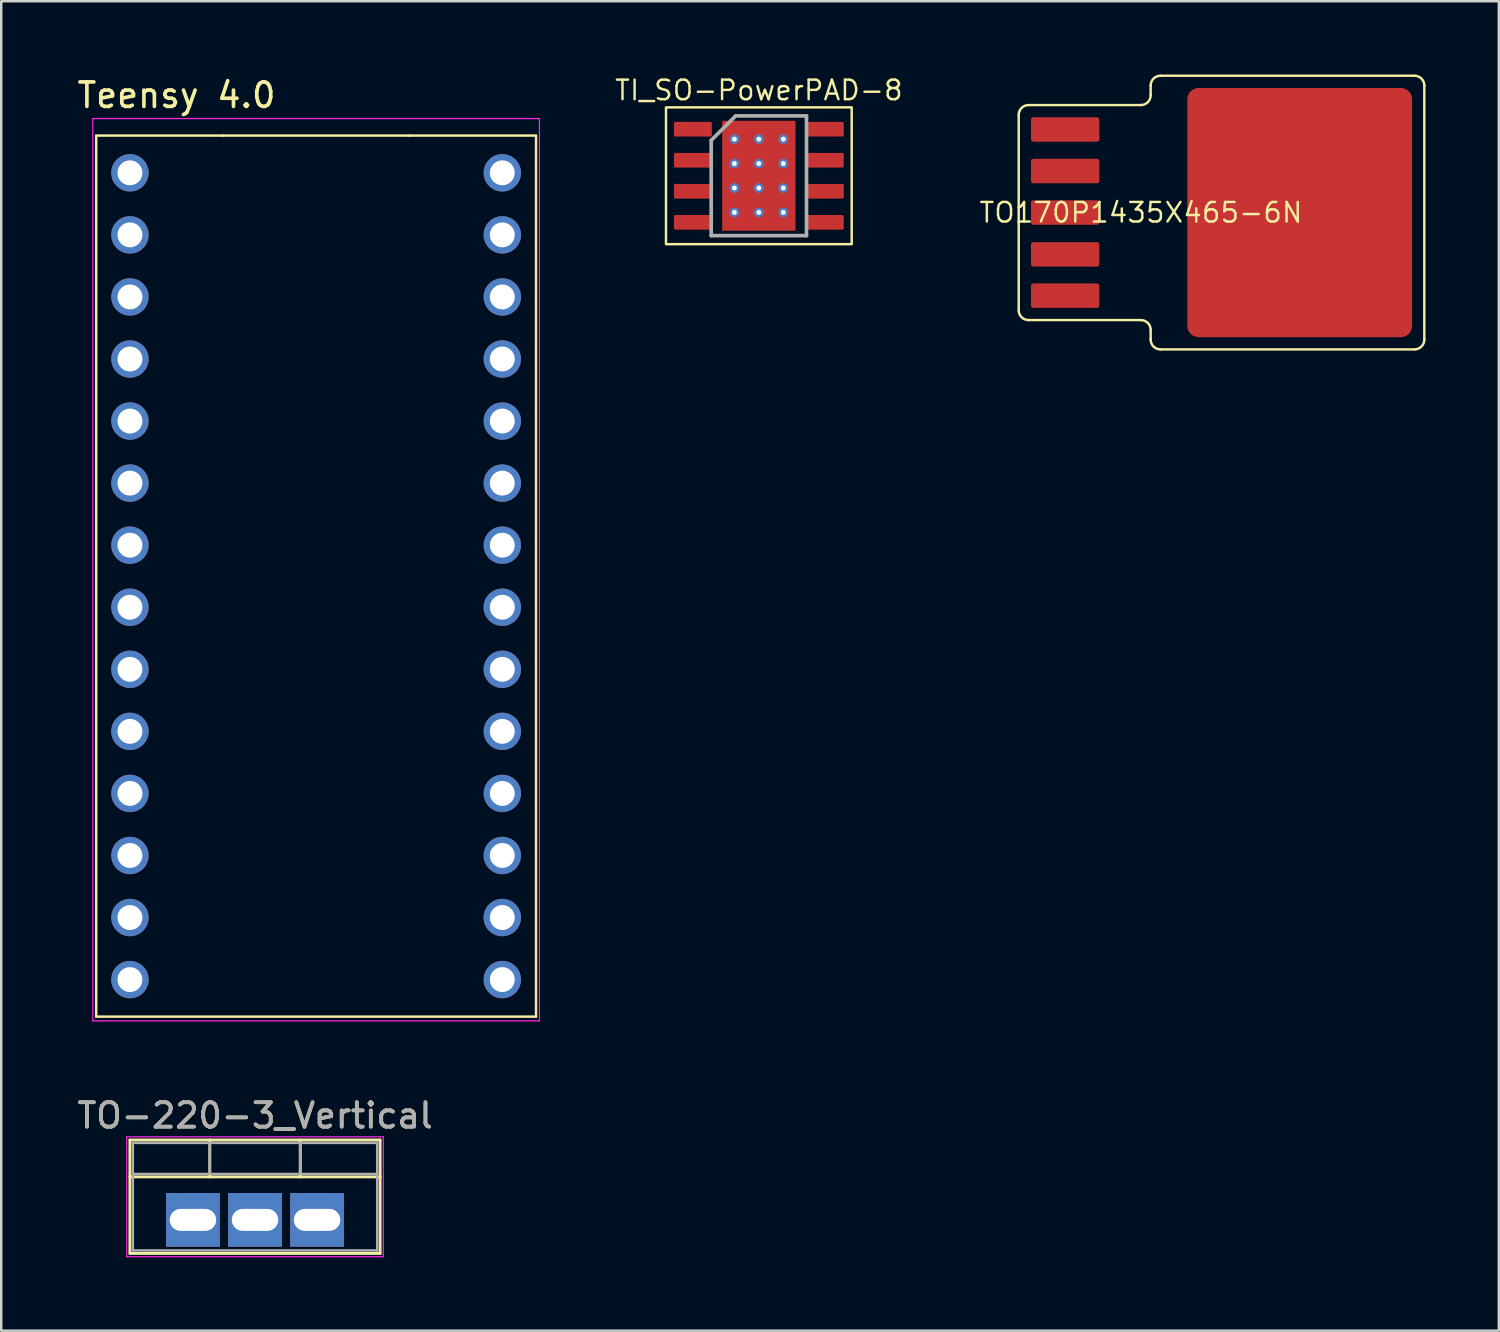
<source format=kicad_pcb>
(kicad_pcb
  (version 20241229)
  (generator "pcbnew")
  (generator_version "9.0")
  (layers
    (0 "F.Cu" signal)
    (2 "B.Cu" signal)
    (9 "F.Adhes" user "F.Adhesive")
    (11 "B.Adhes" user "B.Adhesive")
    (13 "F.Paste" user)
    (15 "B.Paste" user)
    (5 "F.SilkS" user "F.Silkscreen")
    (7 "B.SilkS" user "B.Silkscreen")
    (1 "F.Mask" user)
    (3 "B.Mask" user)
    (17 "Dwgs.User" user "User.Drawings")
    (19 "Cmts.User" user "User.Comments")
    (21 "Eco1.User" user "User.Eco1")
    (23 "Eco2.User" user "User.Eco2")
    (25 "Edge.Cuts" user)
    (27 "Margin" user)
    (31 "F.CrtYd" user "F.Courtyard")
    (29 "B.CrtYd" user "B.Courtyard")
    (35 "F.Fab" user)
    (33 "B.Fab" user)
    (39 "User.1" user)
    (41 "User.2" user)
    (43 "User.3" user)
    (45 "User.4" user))
  (footprint "TI_SO-PowerPAD-8"
    (layer "F.Cu")
    (at 28.008 4.144)
    (property "Reference" "TI_SO-PowerPAD-8" (at 0 -3.5 0) (layer "F.SilkS") (effects (font (size 0.8 0.8) (thickness 0.1))))
    (attr smd)
    (fp_rect (start 3.8 -2.8) (end -3.8 2.8) (stroke (width 0.1) (type solid)) (fill no) (layer "F.SilkS"))
    (fp_line (start -1.95 -1.45) (end -0.95 -2.45) (stroke (width 0.15) (type solid)) (layer "F.Fab"))
    (fp_line (start -1.95 2.45) (end -1.95 -1.45) (stroke (width 0.15) (type solid)) (layer "F.Fab"))
    (fp_line (start -0.95 -2.45) (end 1.95 -2.45) (stroke (width 0.15) (type solid)) (layer "F.Fab"))
    (fp_line (start 1.95 -2.45) (end 1.95 2.45) (stroke (width 0.15) (type solid)) (layer "F.Fab"))
    (fp_line (start 1.95 2.45) (end -1.95 2.45) (stroke (width 0.15) (type solid)) (layer "F.Fab"))
    (pad "1" smd roundrect (at -2.7 -1.905) (size 1.55 0.6) (layers "F.Cu" "F.Mask" "F.Paste") (roundrect_rratio 0.1))
    (pad "2" smd roundrect (at -2.7 -0.635) (size 1.55 0.6) (layers "F.Cu" "F.Mask" "F.Paste") (roundrect_rratio 0.1))
    (pad "3" smd roundrect (at -2.7 0.635) (size 1.55 0.6) (layers "F.Cu" "F.Mask" "F.Paste") (roundrect_rratio 0.1))
    (pad "4" smd roundrect (at -2.7 1.905) (size 1.55 0.6) (layers "F.Cu" "F.Mask" "F.Paste") (roundrect_rratio 0.1))
    (pad "5" smd roundrect (at 2.7 1.905) (size 1.55 0.6) (layers "F.Cu" "F.Mask" "F.Paste") (roundrect_rratio 0.1))
    (pad "6" smd roundrect (at 2.7 0.635) (size 1.55 0.6) (layers "F.Cu" "F.Mask" "F.Paste") (roundrect_rratio 0.1))
    (pad "7" smd roundrect (at 2.7 -0.635) (size 1.55 0.6) (layers "F.Cu" "F.Mask" "F.Paste") (roundrect_rratio 0.1))
    (pad "8" smd roundrect (at 2.7 -1.905) (size 1.55 0.6) (layers "F.Cu" "F.Mask" "F.Paste") (roundrect_rratio 0.1))
    (pad "9" thru_hole circle (at -1 -1.5) (size 0.4 0.4) (drill 0.2) (layers "*.Cu"))
    (pad "9" thru_hole circle (at -1 -0.5) (size 0.4 0.4) (drill 0.2) (layers "*.Cu"))
    (pad "9" thru_hole circle (at -1 0.5) (size 0.4 0.4) (drill 0.2) (layers "*.Cu"))
    (pad "9" thru_hole circle (at -1 1.5) (size 0.4 0.4) (drill 0.2) (layers "*.Cu"))
    (pad "9" thru_hole circle (at 0 -1.5) (size 0.4 0.4) (drill 0.2) (layers "*.Cu"))
    (pad "9" thru_hole circle (at 0 -0.5) (size 0.4 0.4) (drill 0.2) (layers "*.Cu"))
    (pad "9" smd rect (at 0 0) (size 3 4.5) (layers "F.Cu" "F.Mask" "F.Paste"))
    (pad "9" thru_hole circle (at 0 0.5) (size 0.4 0.4) (drill 0.2) (layers "*.Cu"))
    (pad "9" thru_hole circle (at 0 1.5) (size 0.4 0.4) (drill 0.2) (layers "*.Cu"))
    (pad "9" thru_hole circle (at 1 -1.5) (size 0.4 0.4) (drill 0.2) (layers "*.Cu"))
    (pad "9" thru_hole circle (at 1 -0.5) (size 0.4 0.4) (drill 0.2) (layers "*.Cu"))
    (pad "9" thru_hole circle (at 1 0.5) (size 0.4 0.4) (drill 0.2) (layers "*.Cu"))
    (pad "9" thru_hole circle (at 1 1.5) (size 0.4 0.4) (drill 0.2) (layers "*.Cu")))
  (footprint "TO-220-3_Vertical"
    (layer "F.Cu")
    (at 4.847 46.877)
    (property "Reference" "TO-220-3_Vertical" (at 2.54 -4.27 0) (layer "F.SilkS") (effects (font (size 1 1) (thickness 0.15))))
    (attr through_hole)
    (fp_line (start -2.58 -3.27) (end -2.58 1.371) (stroke (width 0.12) (type solid)) (layer "F.SilkS"))
    (fp_line (start -2.58 -3.27) (end 7.66 -3.27) (stroke (width 0.12) (type solid)) (layer "F.SilkS"))
    (fp_line (start -2.58 -1.76) (end 7.66 -1.76) (stroke (width 0.12) (type solid)) (layer "F.SilkS"))
    (fp_line (start -2.58 1.371) (end 7.66 1.371) (stroke (width 0.12) (type solid)) (layer "F.SilkS"))
    (fp_line (start 0.69 -3.27) (end 0.69 -1.76) (stroke (width 0.12) (type solid)) (layer "F.SilkS"))
    (fp_line (start 4.391 -3.27) (end 4.391 -1.76) (stroke (width 0.12) (type solid)) (layer "F.SilkS"))
    (fp_line (start 7.66 -3.27) (end 7.66 1.371) (stroke (width 0.12) (type solid)) (layer "F.SilkS"))
    (fp_line (start -2.71 -3.4) (end -2.71 1.51) (stroke (width 0.05) (type solid)) (layer "F.CrtYd"))
    (fp_line (start -2.71 1.51) (end 7.79 1.51) (stroke (width 0.05) (type solid)) (layer "F.CrtYd"))
    (fp_line (start 7.79 -3.4) (end -2.71 -3.4) (stroke (width 0.05) (type solid)) (layer "F.CrtYd"))
    (fp_line (start 7.79 1.51) (end 7.79 -3.4) (stroke (width 0.05) (type solid)) (layer "F.CrtYd"))
    (fp_line (start -2.46 -3.15) (end -2.46 1.25) (stroke (width 0.1) (type solid)) (layer "F.Fab"))
    (fp_line (start -2.46 -1.88) (end 7.54 -1.88) (stroke (width 0.1) (type solid)) (layer "F.Fab"))
    (fp_line (start -2.46 1.25) (end 7.54 1.25) (stroke (width 0.1) (type solid)) (layer "F.Fab"))
    (fp_line (start 0.69 -3.15) (end 0.69 -1.88) (stroke (width 0.1) (type solid)) (layer "F.Fab"))
    (fp_line (start 4.39 -3.15) (end 4.39 -1.88) (stroke (width 0.1) (type solid)) (layer "F.Fab"))
    (fp_line (start 7.54 -3.15) (end -2.46 -3.15) (stroke (width 0.1) (type solid)) (layer "F.Fab"))
    (fp_line (start 7.54 1.25) (end 7.54 -3.15) (stroke (width 0.1) (type solid)) (layer "F.Fab"))
    (fp_text user "${REFERENCE}" (at 2.54 -4.27 0) (layer "F.Fab") (effects (font (size 1 1) (thickness 0.15))))
    (pad "1" thru_hole rect (at 0 0) (size 2.2 2.2) (drill oval 1.9 0.9) (layers "*.Cu" "*.Mask"))
    (pad "2" thru_hole rect (at 2.54 0) (size 2.2 2.2) (drill oval 1.9 0.9) (layers "*.Cu" "*.Mask"))
    (pad "3" thru_hole rect (at 5.08 0) (size 2.2 2.2) (drill oval 1.9 0.9) (layers "*.Cu" "*.Mask")))
  (footprint "Teensy 4.0"
    (layer "F.Cu")
    (at 9.888 20.533)
    (property "Reference" "Teensy 4.0" (at -5.715 -19.685 0) (layer "F.SilkS") (effects (font (size 1 1) (thickness 0.15))))
    (attr through_hole)
    (fp_line (start -9 -18.034) (end -9 18.026) (stroke (width 0.1) (type default)) (layer "F.SilkS"))
    (fp_line (start -3.81 -18.034) (end -9 -18.034) (stroke (width 0.1) (type default)) (layer "F.SilkS"))
    (fp_line (start 3.81 -18.034) (end -3.81 -18.034) (stroke (width 0.1) (type default)) (layer "F.SilkS"))
    (fp_line (start 9 -18.034) (end 3.81 -18.034) (stroke (width 0.1) (type default)) (layer "F.SilkS"))
    (fp_line (start 9 -18.034) (end 9 18.026) (stroke (width 0.1) (type default)) (layer "F.SilkS"))
    (fp_line (start 9 18.026) (end -9 18.026) (stroke (width 0.1) (type default)) (layer "F.SilkS"))
    (fp_line (start -9.14 -18.73) (end 9.14 -18.73) (stroke (width 0.05) (type solid)) (layer "F.CrtYd"))
    (fp_line (start -9.14 18.2) (end -9.14 -18.73) (stroke (width 0.05) (type solid)) (layer "F.CrtYd"))
    (fp_line (start 9.14 -18.73) (end 9.14 18.2) (stroke (width 0.05) (type solid)) (layer "F.CrtYd"))
    (fp_line (start 9.14 18.2) (end -9.14 18.2) (stroke (width 0.05) (type solid)) (layer "F.CrtYd"))
    (pad "0" thru_hole circle (at -7.62 -13.97) (size 1.53 1.53) (drill 1.02) (layers "*.Cu" "*.Mask"))
    (pad "1" thru_hole circle (at -7.62 -11.43) (size 1.53 1.53) (drill 1.02) (layers "*.Cu" "*.Mask"))
    (pad "2" thru_hole circle (at -7.62 -8.89) (size 1.53 1.53) (drill 1.02) (layers "*.Cu" "*.Mask"))
    (pad "3" thru_hole circle (at -7.62 -6.35) (size 1.53 1.53) (drill 1.02) (layers "*.Cu" "*.Mask"))
    (pad "3.3V_2" thru_hole circle (at 7.62 -11.43) (size 1.53 1.53) (drill 1.02) (layers "*.Cu" "*.Mask"))
    (pad "4" thru_hole circle (at -7.62 -3.81) (size 1.53 1.53) (drill 1.02) (layers "*.Cu" "*.Mask"))
    (pad "5" thru_hole circle (at -7.62 -1.27) (size 1.53 1.53) (drill 1.02) (layers "*.Cu" "*.Mask"))
    (pad "6" thru_hole circle (at -7.62 1.27) (size 1.53 1.53) (drill 1.02) (layers "*.Cu" "*.Mask"))
    (pad "7" thru_hole circle (at -7.62 3.81) (size 1.53 1.53) (drill 1.02) (layers "*.Cu" "*.Mask"))
    (pad "8" thru_hole circle (at -7.62 6.35) (size 1.53 1.53) (drill 1.02) (layers "*.Cu" "*.Mask"))
    (pad "9" thru_hole circle (at -7.62 8.89) (size 1.53 1.53) (drill 1.02) (layers "*.Cu" "*.Mask"))
    (pad "10" thru_hole circle (at -7.62 11.43) (size 1.53 1.53) (drill 1.02) (layers "*.Cu" "*.Mask"))
    (pad "11" thru_hole circle (at -7.62 13.97) (size 1.53 1.53) (drill 1.02) (layers "*.Cu" "*.Mask"))
    (pad "12" thru_hole circle (at -7.62 16.51) (size 1.53 1.53) (drill 1.02) (layers "*.Cu" "*.Mask"))
    (pad "13" thru_hole circle (at 7.62 16.51) (size 1.53 1.53) (drill 1.02) (layers "*.Cu" "*.Mask"))
    (pad "14" thru_hole circle (at 7.62 13.97) (size 1.53 1.53) (drill 1.02) (layers "*.Cu" "*.Mask"))
    (pad "15" thru_hole circle (at 7.62 11.43) (size 1.53 1.53) (drill 1.02) (layers "*.Cu" "*.Mask"))
    (pad "16" thru_hole circle (at 7.62 8.89) (size 1.53 1.53) (drill 1.02) (layers "*.Cu" "*.Mask"))
    (pad "17" thru_hole circle (at 7.62 6.35) (size 1.53 1.53) (drill 1.02) (layers "*.Cu" "*.Mask"))
    (pad "18" thru_hole circle (at 7.62 3.81) (size 1.53 1.53) (drill 1.02) (layers "*.Cu" "*.Mask"))
    (pad "19" thru_hole circle (at 7.62 1.27) (size 1.53 1.53) (drill 1.02) (layers "*.Cu" "*.Mask"))
    (pad "20" thru_hole circle (at 7.62 -1.27) (size 1.53 1.53) (drill 1.02) (layers "*.Cu" "*.Mask"))
    (pad "21" thru_hole circle (at 7.62 -3.81) (size 1.53 1.53) (drill 1.02) (layers "*.Cu" "*.Mask"))
    (pad "22" thru_hole circle (at 7.62 -6.35) (size 1.53 1.53) (drill 1.02) (layers "*.Cu" "*.Mask"))
    (pad "23" thru_hole circle (at 7.62 -8.89) (size 1.53 1.53) (drill 1.02) (layers "*.Cu" "*.Mask"))
    (pad "G1" thru_hole circle (at -7.62 -16.51) (size 1.53 1.53) (drill 1.02) (layers "*.Cu" "*.Mask"))
    (pad "G3" thru_hole circle (at 7.62 -13.97) (size 1.53 1.53) (drill 1.02) (layers "*.Cu" "*.Mask"))
    (pad "VIN" thru_hole circle (at 7.62 -16.51) (size 1.53 1.53) (drill 1.02) (layers "*.Cu" "*.Mask")))
  (footprint "TO170P1435X465-6N"
    (layer "F.Cu")
    (at 43.644 5.65)
    (property "Reference" "TO170P1435X465-6N" (at 0 0 0) (layer "F.SilkS") (effects (font (size 0.8 0.8) (thickness 0.1))))
    (attr smd)
    (fp_line (start -5 -4) (end -5 4) (stroke (width 0.1) (type default)) (layer "F.SilkS"))
    (fp_line (start -4.6 4.4) (end -0.000002 4.4) (stroke (width 0.1) (type default)) (layer "F.SilkS"))
    (fp_line (start -0.000002 -4.4) (end -4.6 -4.4) (stroke (width 0.1) (type default)) (layer "F.SilkS"))
    (fp_line (start 0.4 -4.8) (end 0.4 -5.2) (stroke (width 0.1) (type default)) (layer "F.SilkS"))
    (fp_line (start 0.4 4.8) (end 0.4 5.2) (stroke (width 0.1) (type default)) (layer "F.SilkS"))
    (fp_line (start 0.8 -5.6) (end 11.2 -5.6) (stroke (width 0.1) (type default)) (layer "F.SilkS"))
    (fp_line (start 11.2 5.6) (end 0.8 5.6) (stroke (width 0.1) (type default)) (layer "F.SilkS"))
    (fp_line (start 11.6 -5.2) (end 11.6 5.2) (stroke (width 0.1) (type default)) (layer "F.SilkS"))
    (fp_arc (start -4.999999 -3.999999) (mid -4.882842 -4.282842) (end -4.599999 -4.399999) (stroke (width 0.1) (type default)) (layer "F.SilkS"))
    (fp_arc (start -4.599999 4.399999) (mid -4.882842 4.282842) (end -4.999999 3.999999) (stroke (width 0.1) (type default)) (layer "F.SilkS"))
    (fp_arc (start -0.000002 4.400002) (mid 0.282841 4.517159) (end 0.399998 4.800002) (stroke (width 0.1) (type default)) (layer "F.SilkS"))
    (fp_arc (start 0.399998 -4.800001) (mid 0.282841 -4.517158) (end -0.000002 -4.400001) (stroke (width 0.1) (type default)) (layer "F.SilkS"))
    (fp_arc (start 0.4 -5.199999) (mid 0.517157 -5.482842) (end 0.8 -5.599999) (stroke (width 0.1) (type default)) (layer "F.SilkS"))
    (fp_arc (start 0.8 5.6) (mid 0.517157 5.482843) (end 0.4 5.2) (stroke (width 0.1) (type default)) (layer "F.SilkS"))
    (fp_arc (start 11.199999 -5.599999) (mid 11.482842 -5.482842) (end 11.599999 -5.199999) (stroke (width 0.1) (type default)) (layer "F.SilkS"))
    (fp_arc (start 11.599999 5.199999) (mid 11.482842 5.482842) (end 11.199999 5.599999) (stroke (width 0.1) (type default)) (layer "F.SilkS"))
    (pad "1" smd roundrect (at -3.1 -3.4 90) (size 1 2.8) (layers "F.Cu" "F.Mask" "F.Paste") (roundrect_rratio 0.1))
    (pad "2" smd roundrect (at -3.1 -1.7 90) (size 1 2.8) (layers "F.Cu" "F.Mask" "F.Paste") (roundrect_rratio 0.1))
    (pad "3" smd roundrect (at -3.1 0 90) (size 1 2.8) (layers "F.Cu" "F.Mask" "F.Paste") (roundrect_rratio 0.1))
    (pad "4" smd roundrect (at -3.1 1.712 90) (size 1 2.8) (layers "F.Cu" "F.Mask" "F.Paste") (roundrect_rratio 0.1))
    (pad "5" smd roundrect (at -3.1 3.4 90) (size 1 2.8) (layers "F.Cu" "F.Mask" "F.Paste") (roundrect_rratio 0.1))
    (pad "6" smd roundrect (at 6.5 0 90) (size 10.2 9.2) (layers "F.Cu" "F.Mask" "F.Paste") (roundrect_rratio 0.05)))
  (gr_rect
    (start -3 -3)
    (end 58.294 51.411)
    (stroke (width 0.1) (type default))
    (fill no)
    (layer "Edge.Cuts")))
</source>
